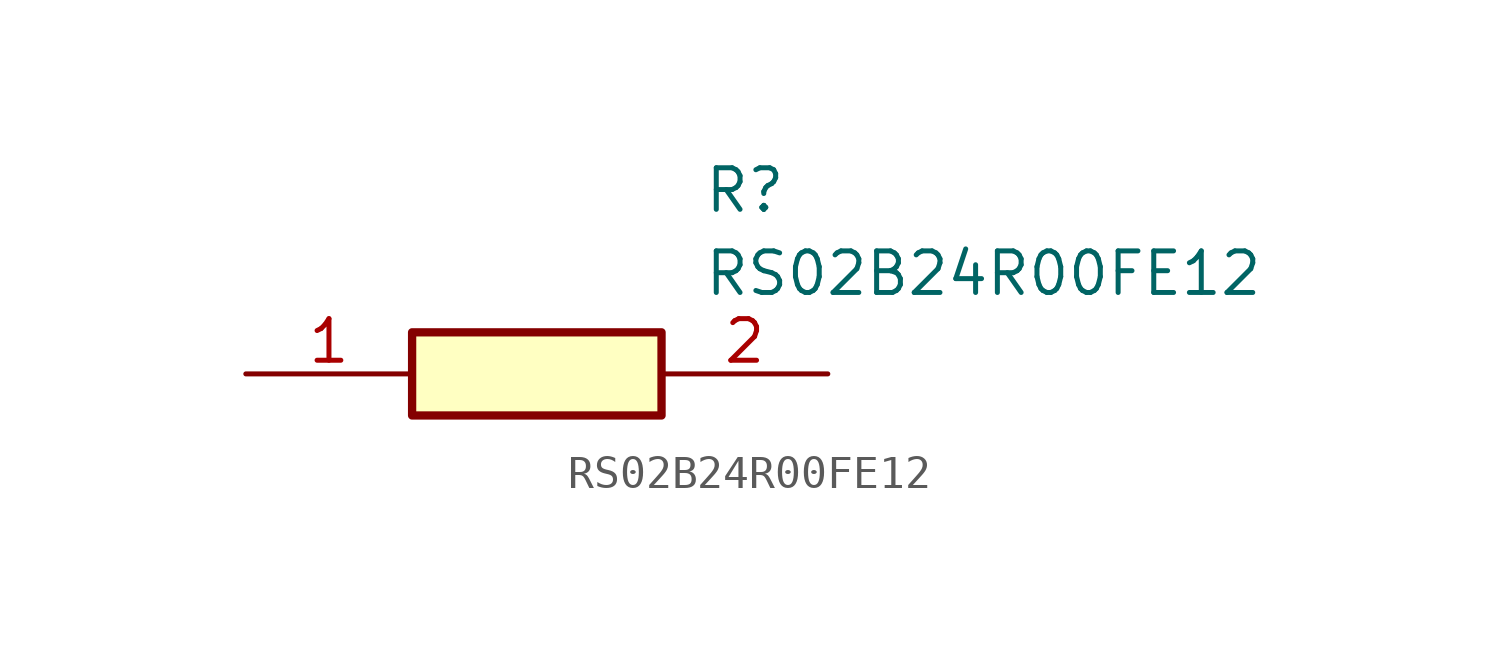
<source format=kicad_sym>
(kicad_symbol_lib
  (version 20211014)
  (generator SamacSys_ECAD_Model)
  (symbol "RS02B24R00FE12"
    (pin_names hide)
    (property "Reference" "R"
      (at 13.97 6.35 0)
      (effects (font (size 1.27 1.27)) (justify left top)))
    (property "Value" "RS02B24R00FE12"
      (at 13.97 3.81 0)
      (effects (font (size 1.27 1.27)) (justify left top)))
    (rectangle
      (start 5.08 1.27)
      (end 12.7 -1.27)
      (stroke (width 0.254) (type default))
      (fill (type background)))
    (pin passive line
      (at 0 0 0)
      (length 5.08)
      (name "1" (effects (font (size 1.27 1.27))))
      (number "1" (effects (font (size 1.27 1.27)))))
    (pin passive line
      (at 17.78 0 180)
      (length 5.08)
      (name "2" (effects (font (size 1.27 1.27))))
      (number "2" (effects (font (size 1.27 1.27)))))))
</source>
